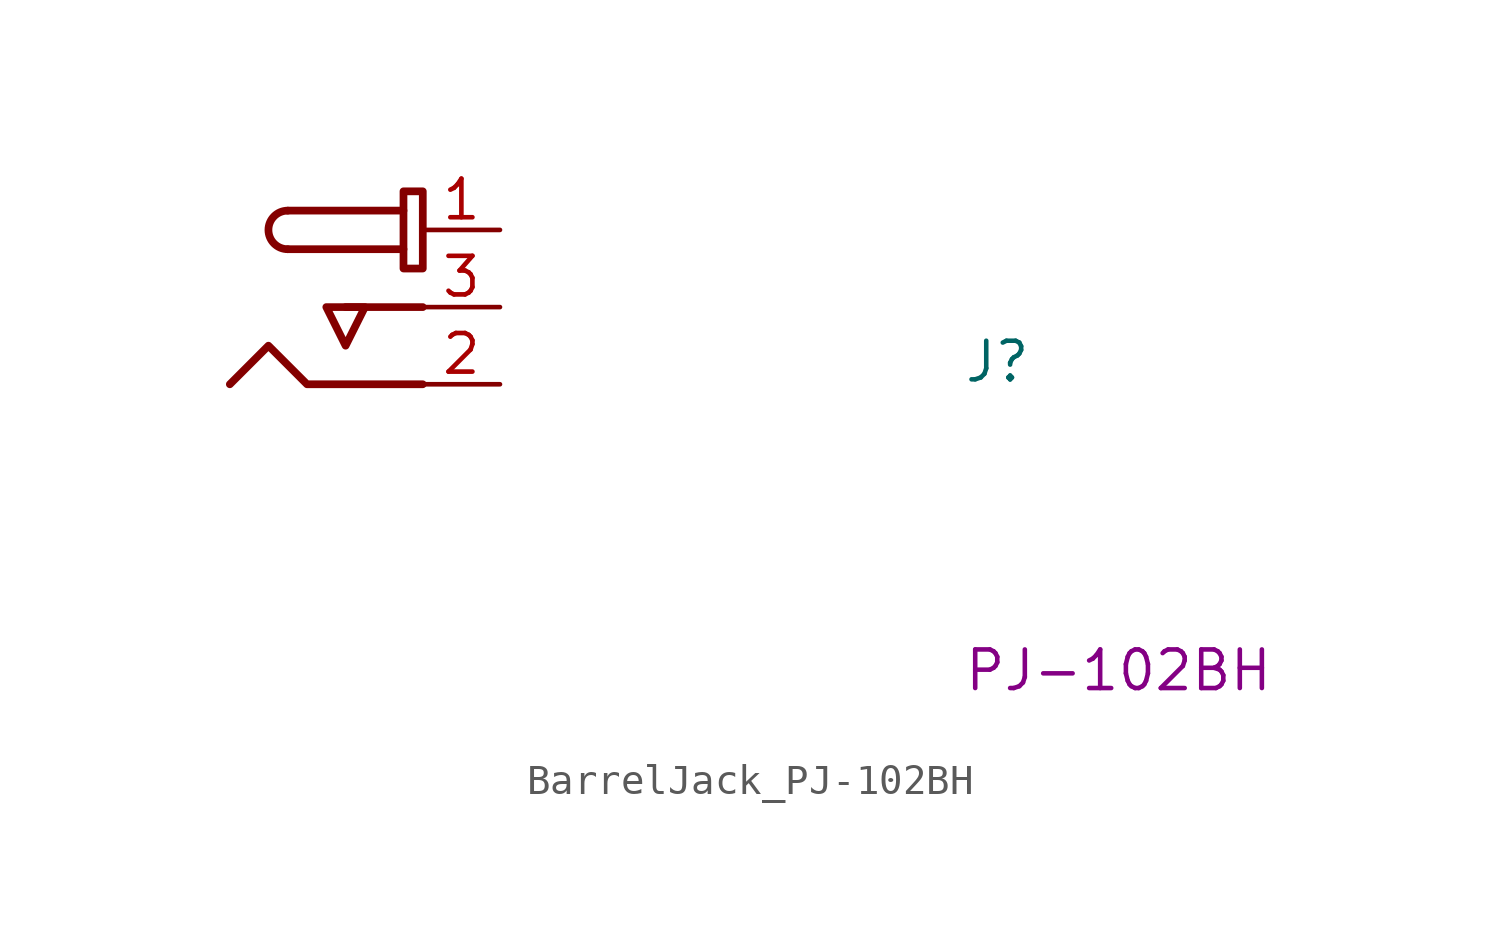
<source format=kicad_sym>
(kicad_symbol_lib
  (version 20211014)
  (generator kicad_symbol_editor)
  (symbol "BarrelJack_PJ-102BH"
    (property "Reference" "J"
      (at 17.78 -5.08 0)
      (effects (font (size 1.27 1.27) (thickness 0.15)) (justify left bottom)))
    (property "MPN" "PJ-102BH"
      (at 17.78 -15.24 0)
      (effects (font (size 1.27 1.27) (thickness 0.15)) (justify left bottom)))
    (symbol "BarrelJack_PJ-102BH_1_1"
      (arc (start -4.445 0.635) (mid -5.08 0) (end -4.445 -0.635) (stroke (width 0.254) (type default) (color 0 0 0 0)) (fill (type none)))
      (rectangle (start -0.635 1.27) (end 0 -1.27) (stroke (width 0.254) (type default) (color 0 0 0 0)) (fill (type none)))
      (polyline (pts (xy -0.635 -0.635) (xy -4.445 -0.635)) (stroke (width 0.254) (type default) (color 0 0 0 0)) (fill (type background)))
      (polyline (pts (xy -0.635 0.635) (xy -4.445 0.635)) (stroke (width 0.254) (type default) (color 0 0 0 0)) (fill (type background)))
      (polyline (pts (xy 0 -2.54) (xy -1.27 -2.54) (xy -2.54 -2.54)) (stroke (width 0.254) (type default) (color 0 0 0 0)) (fill (type background)))
      (polyline (pts (xy 0 -5.08) (xy -3.81 -5.08) (xy -5.08 -3.81) (xy -6.35 -5.08)) (stroke (width 0.254) (type default) (color 0 0 0 0)) (fill (type none)))
      (polyline (pts (xy -2.54 -2.54) (xy -3.175 -2.54) (xy -2.54 -3.81) (xy -1.905 -2.54) (xy -2.54 -2.54)) (stroke (width 0.254) (type default) (color 0 0 0 0)) (fill (type none)))
      (pin passive line (at 2.54 0 180) (length 2.54) (name "~" (effects (font (size 1.27 1.27)))) (number "1" (effects (font (size 1.27 1.27)))))
      (pin passive line (at 2.54 -5.08 180) (length 2.54) (name "~" (effects (font (size 1.27 1.27)))) (number "2" (effects (font (size 1.27 1.27)))))
      (pin passive line (at 2.54 -2.54 180) (length 2.54) (name "~" (effects (font (size 1.27 1.27)))) (number "3" (effects (font (size 1.27 1.27))))))))
</source>
